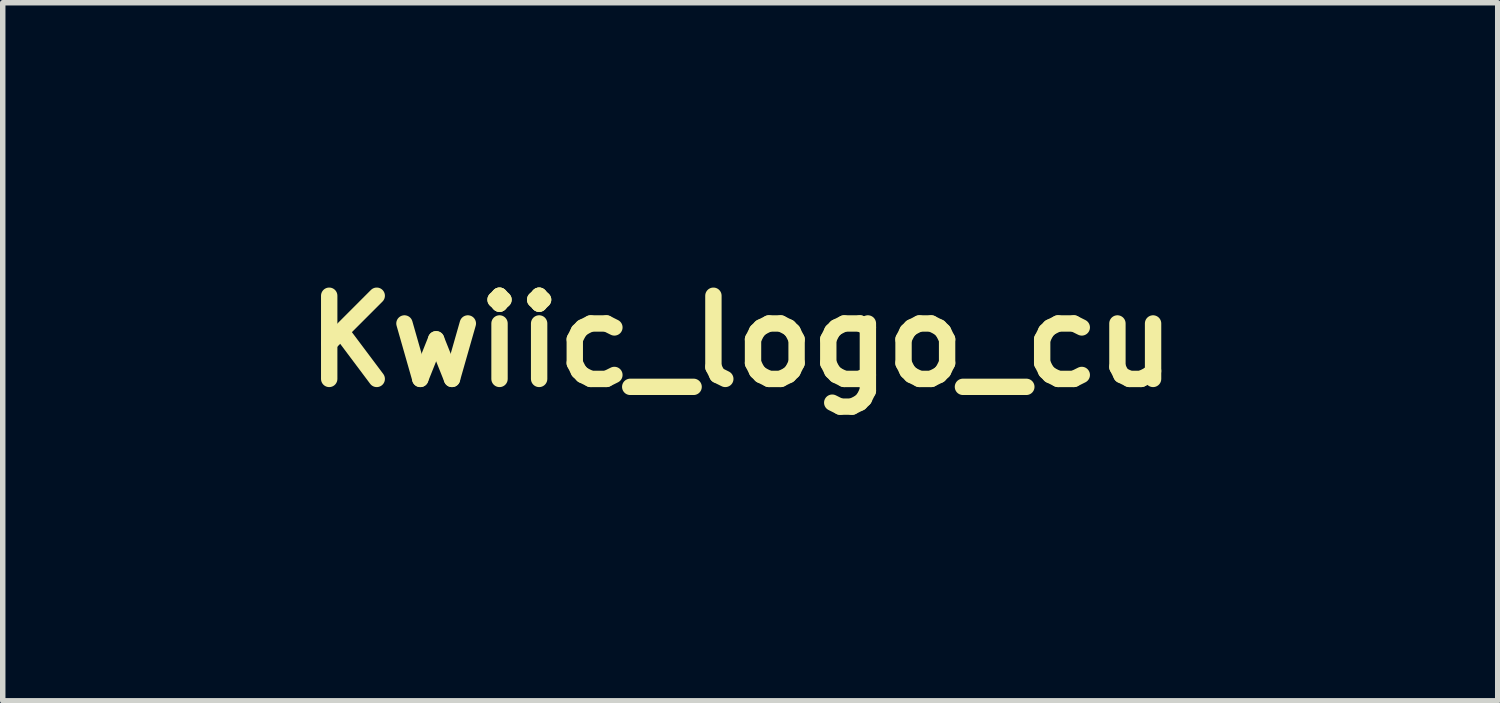
<source format=kicad_pcb>
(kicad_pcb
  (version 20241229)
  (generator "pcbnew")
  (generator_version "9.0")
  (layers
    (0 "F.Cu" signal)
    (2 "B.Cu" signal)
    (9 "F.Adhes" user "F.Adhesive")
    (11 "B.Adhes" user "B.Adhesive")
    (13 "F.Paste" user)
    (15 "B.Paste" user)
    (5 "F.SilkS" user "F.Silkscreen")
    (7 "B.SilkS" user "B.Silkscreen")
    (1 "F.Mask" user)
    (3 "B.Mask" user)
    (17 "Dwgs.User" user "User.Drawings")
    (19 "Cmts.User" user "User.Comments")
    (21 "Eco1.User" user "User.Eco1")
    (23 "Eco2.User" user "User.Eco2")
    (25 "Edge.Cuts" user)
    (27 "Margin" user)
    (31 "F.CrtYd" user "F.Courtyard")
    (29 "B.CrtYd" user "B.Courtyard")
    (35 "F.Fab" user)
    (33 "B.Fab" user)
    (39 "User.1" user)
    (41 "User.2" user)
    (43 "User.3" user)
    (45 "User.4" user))
  (footprint "Kwiic_logo_cu"
    (layer "F.Cu")
    (at 10.529 3.203)
    (property "Reference" "Kwiic_logo_cu" (at 0 0 0) (layer "F.SilkS") (effects (font (size 1.524 1.524) (thickness 0.3))))
    (attr through_hole)
    (fp_poly (pts (xy -6.746 -0.72) (xy -6.584 -0.667) (xy -6.438 -0.573) (xy -6.4 -0.54) (xy -6.267 -0.393) (xy -6.174 -0.223) (xy -6.118 -0.026) (xy -6.099 0.202) (xy -6.102 0.315) (xy -6.133 0.547) (xy -6.202 0.749) (xy -6.306 0.917) (xy -6.444 1.05) (xy -6.614 1.145) (xy -6.722 1.181) (xy -6.856 1.209) (xy -6.97 1.215) (xy -7.087 1.197) (xy -7.139 1.184) (xy -7.314 1.119) (xy -7.458 1.023) (xy -7.578 0.889) (xy -7.682 0.712) (xy -7.691 0.692) (xy -7.721 0.624) (xy -7.741 0.564) (xy -7.752 0.496) (xy -7.758 0.409) (xy -7.759 0.288) (xy -7.759 0.241) (xy -7.753 0.047) (xy -7.732 -0.11) (xy -7.691 -0.24) (xy -7.628 -0.355) (xy -7.537 -0.467) (xy -7.495 -0.51) (xy -7.362 -0.622) (xy -7.224 -0.694) (xy -7.067 -0.73) (xy -6.934 -0.737) (xy -6.746 -0.72)) (stroke (width 0.01) (type solid)) (fill yes) (layer "F.Mask"))
    (fp_poly (pts (xy 10.262 2.575) (xy 10.374 2.604) (xy 10.447 2.655) (xy 10.484 2.731) (xy 10.49 2.795) (xy 10.472 2.897) (xy 10.438 2.947) (xy 10.405 2.985) (xy 10.402 3.016) (xy 10.43 3.062) (xy 10.434 3.068) (xy 10.482 3.14) (xy 10.501 3.179) (xy 10.491 3.196) (xy 10.45 3.2) (xy 10.433 3.2) (xy 10.372 3.193) (xy 10.332 3.161) (xy 10.305 3.111) (xy 10.268 3.051) (xy 10.224 3.026) (xy 10.186 3.023) (xy 10.134 3.028) (xy 10.113 3.053) (xy 10.109 3.111) (xy 10.104 3.172) (xy 10.083 3.196) (xy 10.046 3.2) (xy 9.982 3.2) (xy 9.982 2.899) (xy 10.109 2.899) (xy 10.215 2.891) (xy 10.3 2.873) (xy 10.348 2.838) (xy 10.362 2.78) (xy 10.332 2.733) (xy 10.261 2.704) (xy 10.215 2.697) (xy 10.109 2.689) (xy 10.109 2.899) (xy 9.982 2.899) (xy 9.982 2.565) (xy 10.106 2.565) (xy 10.262 2.575)) (stroke (width 0.01) (type solid)) (fill yes) (layer "F.Mask"))
    (fp_poly (pts (xy 10.415 2.291) (xy 10.573 2.363) (xy 10.625 2.398) (xy 10.686 2.458) (xy 10.75 2.542) (xy 10.784 2.597) (xy 10.827 2.683) (xy 10.849 2.761) (xy 10.857 2.856) (xy 10.858 2.908) (xy 10.834 3.091) (xy 10.766 3.25) (xy 10.655 3.382) (xy 10.504 3.485) (xy 10.401 3.522) (xy 10.276 3.543) (xy 10.15 3.547) (xy 10.043 3.532) (xy 10.017 3.524) (xy 9.858 3.437) (xy 9.733 3.32) (xy 9.644 3.181) (xy 9.594 3.028) (xy 9.586 2.908) (xy 9.728 2.908) (xy 9.745 3.052) (xy 9.798 3.17) (xy 9.85 3.235) (xy 9.972 3.331) (xy 10.112 3.386) (xy 10.261 3.399) (xy 10.405 3.365) (xy 10.408 3.364) (xy 10.541 3.284) (xy 10.641 3.171) (xy 10.702 3.034) (xy 10.719 2.911) (xy 10.704 2.773) (xy 10.656 2.66) (xy 10.584 2.569) (xy 10.461 2.473) (xy 10.323 2.422) (xy 10.179 2.415) (xy 10.035 2.452) (xy 9.903 2.533) (xy 9.85 2.582) (xy 9.772 2.691) (xy 9.734 2.817) (xy 9.728 2.908) (xy 9.586 2.908) (xy 9.583 2.868) (xy 9.614 2.709) (xy 9.687 2.557) (xy 9.781 2.445) (xy 9.92 2.341) (xy 10.079 2.281) (xy 10.247 2.264) (xy 10.415 2.291)) (stroke (width 0.01) (type solid)) (fill yes) (layer "F.Mask"))
    (fp_poly (pts (xy 4.48 -3.198) (xy 4.879 -3.197) (xy 5.243 -3.197) (xy 5.574 -3.196) (xy 5.873 -3.195) (xy 6.143 -3.193) (xy 6.385 -3.191) (xy 6.601 -3.189) (xy 6.793 -3.186) (xy 6.962 -3.182) (xy 7.111 -3.178) (xy 7.241 -3.174) (xy 7.353 -3.169) (xy 7.45 -3.163) (xy 7.533 -3.157) (xy 7.604 -3.15) (xy 7.666 -3.142) (xy 7.719 -3.134) (xy 7.765 -3.124) (xy 7.806 -3.114) (xy 7.845 -3.103) (xy 7.882 -3.091) (xy 7.919 -3.079) (xy 7.959 -3.065) (xy 8.003 -3.05) (xy 8.019 -3.045) (xy 8.398 -2.898) (xy 8.752 -2.708) (xy 9.079 -2.479) (xy 9.377 -2.214) (xy 9.641 -1.915) (xy 9.87 -1.588) (xy 10.059 -1.235) (xy 10.208 -0.859) (xy 10.311 -0.464) (xy 10.327 -0.381) (xy 10.351 -0.178) (xy 10.362 0.056) (xy 10.359 0.306) (xy 10.343 0.555) (xy 10.316 0.787) (xy 10.277 0.985) (xy 10.152 1.384) (xy 9.986 1.754) (xy 9.776 2.098) (xy 9.521 2.42) (xy 9.425 2.523) (xy 9.133 2.797) (xy 8.824 3.027) (xy 8.493 3.217) (xy 8.133 3.37) (xy 7.739 3.489) (xy 7.65 3.511) (xy 7.404 3.567) (xy 1.302 3.575) (xy -4.801 3.582) (xy -4.801 -1.727) (xy -6.096 -1.727) (xy -6.096 -1.239) (xy -6.26 -1.392) (xy -6.467 -1.554) (xy -6.695 -1.671) (xy -6.891 -1.728) (xy -4.596 -1.728) (xy -4.501 -1.465) (xy -4.477 -1.397) (xy -4.436 -1.285) (xy -4.382 -1.135) (xy -4.316 -0.951) (xy -4.238 -0.738) (xy -4.152 -0.501) (xy -4.059 -0.244) (xy -3.96 0.029) (xy -3.858 0.312) (xy -3.797 0.478) (xy -3.188 2.158) (xy -2.551 2.159) (xy -1.914 2.159) (xy -1.55 0.984) (xy -1.477 0.75) (xy -1.409 0.53) (xy -1.346 0.33) (xy -1.29 0.155) (xy -1.243 0.008) (xy -1.206 -0.105) (xy -1.182 -0.178) (xy -1.17 -0.209) (xy -1.17 -0.209) (xy -1.159 -0.19) (xy -1.136 -0.126) (xy -1.1 -0.022) (xy -1.054 0.116) (xy -1 0.285) (xy -0.938 0.479) (xy -0.87 0.695) (xy -0.798 0.928) (xy -0.786 0.965) (xy -0.419 2.159) (xy 0.216 2.159) (xy 0.852 2.159) (xy 1.556 0.233) (xy 1.665 -0.066) (xy 1.77 -0.351) (xy 1.867 -0.619) (xy 1.957 -0.866) (xy 2.038 -1.088) (xy 2.108 -1.282) (xy 2.166 -1.444) (xy 2.212 -1.571) (xy 2.243 -1.659) (xy 2.259 -1.705) (xy 2.261 -1.71) (xy 2.236 -1.715) (xy 2.168 -1.719) (xy 2.063 -1.723) (xy 1.928 -1.725) (xy 1.769 -1.727) (xy 1.643 -1.727) (xy 2.438 -1.727) (xy 2.438 2.159) (xy 3.708 2.159) (xy 3.708 -1.727) (xy 3.962 -1.727) (xy 3.962 2.159) (xy 5.232 2.159) (xy 5.232 0.229) (xy 5.499 0.229) (xy 5.502 0.432) (xy 5.511 0.598) (xy 5.529 0.738) (xy 5.559 0.865) (xy 5.603 0.993) (xy 5.663 1.133) (xy 5.686 1.181) (xy 5.835 1.436) (xy 6.02 1.658) (xy 6.238 1.843) (xy 6.488 1.992) (xy 6.766 2.102) (xy 7.069 2.172) (xy 7.396 2.201) (xy 7.493 2.201) (xy 7.734 2.197) (xy 7.741 1.683) (xy 7.748 1.168) (xy 7.574 1.168) (xy 7.463 1.162) (xy 7.354 1.146) (xy 7.285 1.129) (xy 7.132 1.052) (xy 7.004 0.936) (xy 6.902 0.79) (xy 6.827 0.621) (xy 6.78 0.434) (xy 6.762 0.239) (xy 6.775 0.042) (xy 6.82 -0.15) (xy 6.898 -0.33) (xy 7.01 -0.491) (xy 7.011 -0.493) (xy 7.143 -0.606) (xy 7.302 -0.678) (xy 7.49 -0.71) (xy 7.549 -0.711) (xy 7.748 -0.711) (xy 7.734 -1.765) (xy 7.417 -1.761) (xy 7.1 -1.74) (xy 6.816 -1.683) (xy 6.559 -1.588) (xy 6.322 -1.453) (xy 6.1 -1.275) (xy 6.042 -1.22) (xy 5.937 -1.112) (xy 5.858 -1.02) (xy 5.795 -0.929) (xy 5.736 -0.823) (xy 5.706 -0.762) (xy 5.634 -0.608) (xy 5.581 -0.474) (xy 5.543 -0.347) (xy 5.519 -0.214) (xy 5.506 -0.063) (xy 5.5 0.119) (xy 5.499 0.229) (xy 5.232 0.229) (xy 5.232 -1.727) (xy 3.962 -1.727) (xy 3.708 -1.727) (xy 2.438 -1.727) (xy 1.643 -1.727) (xy 1.025 -1.727) (xy 0.65 -0.451) (xy 0.577 -0.205) (xy 0.509 0.026) (xy 0.445 0.239) (xy 0.389 0.427) (xy 0.341 0.588) (xy 0.302 0.715) (xy 0.274 0.805) (xy 0.258 0.853) (xy 0.256 0.859) (xy 0.244 0.845) (xy 0.22 0.787) (xy 0.186 0.69) (xy 0.144 0.56) (xy 0.095 0.402) (xy 0.041 0.22) (xy 0.038 0.211) (xy -0.027 -0.012) (xy -0.099 -0.261) (xy -0.175 -0.519) (xy -0.248 -0.77) (xy -0.314 -0.996) (xy -0.342 -1.092) (xy -0.524 -1.714) (xy -1.137 -1.721) (xy -1.75 -1.728) (xy -1.799 -1.569) (xy -1.816 -1.512) (xy -1.845 -1.411) (xy -1.885 -1.274) (xy -1.934 -1.105) (xy -1.991 -0.91) (xy -2.053 -0.694) (xy -2.119 -0.465) (xy -2.172 -0.279) (xy -2.239 -0.049) (xy -2.301 0.167) (xy -2.359 0.362) (xy -2.409 0.533) (xy -2.451 0.674) (xy -2.484 0.781) (xy -2.505 0.847) (xy -2.513 0.87) (xy -2.523 0.85) (xy -2.546 0.785) (xy -2.58 0.681) (xy -2.625 0.541) (xy -2.678 0.37) (xy -2.738 0.171) (xy -2.805 -0.049) (xy -2.876 -0.288) (xy -2.913 -0.413) (xy -3.296 -1.714) (xy -3.946 -1.721) (xy -4.596 -1.728) (xy -6.891 -1.728) (xy -6.944 -1.743) (xy -7.217 -1.772) (xy -7.379 -1.768) (xy -7.677 -1.732) (xy -7.945 -1.658) (xy -8.19 -1.543) (xy -8.403 -1.398) (xy -8.585 -1.223) (xy -8.741 -1.01) (xy -8.869 -0.765) (xy -8.967 -0.495) (xy -9.032 -0.206) (xy -9.062 0.094) (xy -9.055 0.4) (xy -9.048 0.464) (xy -9.021 0.668) (xy -8.987 0.839) (xy -8.941 0.994) (xy -8.879 1.15) (xy -8.823 1.27) (xy -8.679 1.511) (xy -8.5 1.723) (xy -8.293 1.899) (xy -8.077 2.027) (xy -7.8 2.133) (xy -7.509 2.194) (xy -7.245 2.21) (xy -6.967 2.188) (xy -6.712 2.121) (xy -6.482 2.012) (xy -6.278 1.859) (xy -6.246 1.829) (xy -6.096 1.682) (xy -6.096 3.581) (xy -6.712 3.578) (xy -6.897 3.576) (xy -7.076 3.573) (xy -7.24 3.568) (xy -7.379 3.563) (xy -7.482 3.557) (xy -7.518 3.553) (xy -7.92 3.483) (xy -8.305 3.367) (xy -8.671 3.207) (xy -9.015 3.006) (xy -9.332 2.766) (xy -9.62 2.491) (xy -9.874 2.184) (xy -10.092 1.847) (xy -10.27 1.483) (xy -10.335 1.313) (xy -10.422 1.032) (xy -10.481 0.761) (xy -10.514 0.481) (xy -10.524 0.191) (xy -10.501 -0.231) (xy -10.431 -0.635) (xy -10.314 -1.019) (xy -10.151 -1.383) (xy -9.94 -1.728) (xy -9.683 -2.053) (xy -9.595 -2.149) (xy -9.297 -2.43) (xy -8.981 -2.666) (xy -8.641 -2.86) (xy -8.272 -3.016) (xy -7.945 -3.118) (xy -7.684 -3.187) (xy -0.178 -3.194) (xy 0.564 -3.195) (xy 1.256 -3.196) (xy 1.901 -3.196) (xy 2.501 -3.197) (xy 3.057 -3.197) (xy 3.571 -3.198) (xy 4.045 -3.198) (xy 4.48 -3.198)) (stroke (width 0.01) (type solid)) (fill yes) (layer "F.Mask")))
  (gr_rect
    (start -3 -3)
    (end 24.391 9.79)
    (stroke (width 0.1) (type default))
    (fill no)
    (layer "Edge.Cuts")))
</source>
